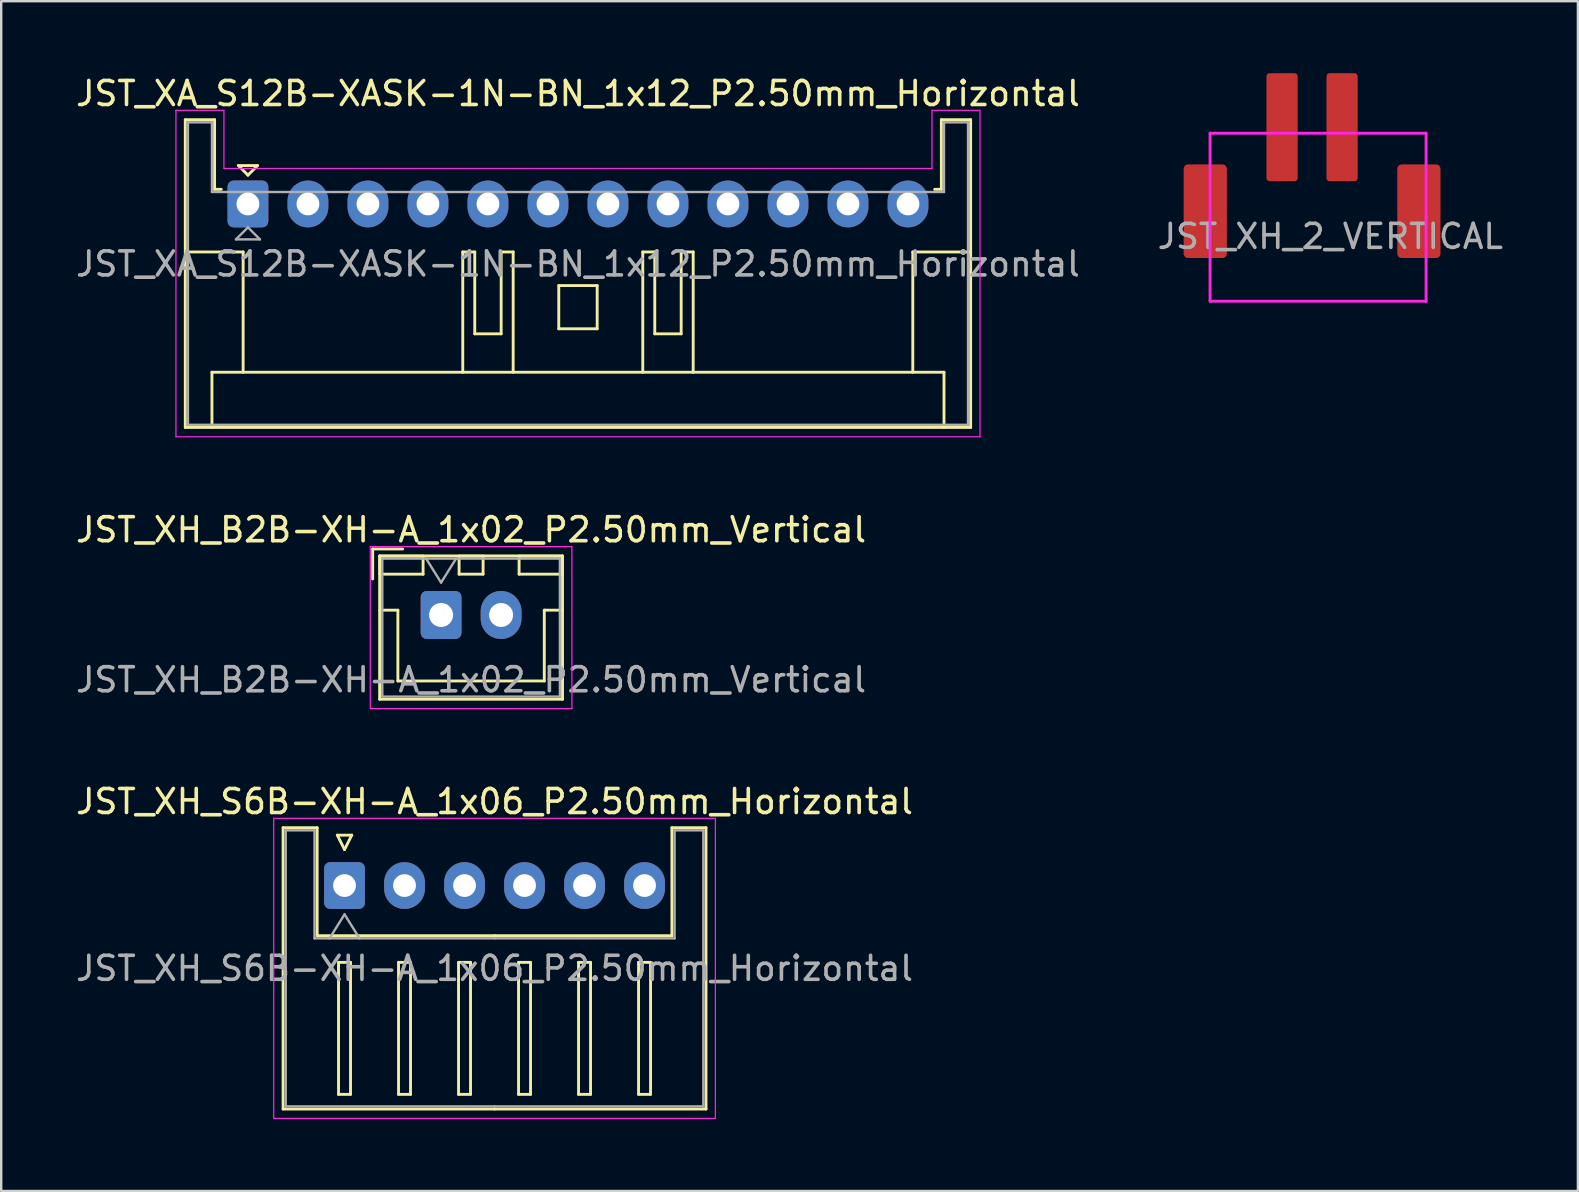
<source format=kicad_pcb>
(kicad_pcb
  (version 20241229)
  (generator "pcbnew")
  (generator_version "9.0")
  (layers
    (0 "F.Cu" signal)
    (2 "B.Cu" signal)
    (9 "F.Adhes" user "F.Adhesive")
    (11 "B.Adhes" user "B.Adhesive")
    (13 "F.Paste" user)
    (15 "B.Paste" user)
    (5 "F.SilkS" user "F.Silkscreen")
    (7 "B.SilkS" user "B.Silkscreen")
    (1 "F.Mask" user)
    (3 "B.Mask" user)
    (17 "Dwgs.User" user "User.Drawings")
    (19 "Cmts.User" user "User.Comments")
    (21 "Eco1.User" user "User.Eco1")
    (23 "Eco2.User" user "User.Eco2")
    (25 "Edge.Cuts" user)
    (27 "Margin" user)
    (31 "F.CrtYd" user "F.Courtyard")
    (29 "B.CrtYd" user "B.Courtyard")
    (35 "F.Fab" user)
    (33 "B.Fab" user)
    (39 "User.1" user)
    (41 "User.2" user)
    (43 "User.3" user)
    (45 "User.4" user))
  (footprint "JST_XA_S12B-XASK-1N-BN_1x12_P2.50mm_Horizontal"
    (layer "F.Cu")
    (at 7.28 5.448)
    (property "Reference" "JST_XA_S12B-XASK-1N-BN_1x12_P2.50mm_Horizontal" (at 13.75 -4.6 0) (layer "F.SilkS") (effects (font (size 1 1) (thickness 0.15))))
    (attr through_hole)
    (fp_line (start -2.61 -3.51) (end -2.61 9.31) (stroke (width 0.12) (type solid)) (layer "F.SilkS"))
    (fp_line (start -2.61 9.31) (end 30.11 9.31) (stroke (width 0.12) (type solid)) (layer "F.SilkS"))
    (fp_line (start -1.5 7.01) (end 29 7.01) (stroke (width 0.12) (type solid)) (layer "F.SilkS"))
    (fp_line (start -1.5 9.31) (end -1.5 7.01) (stroke (width 0.12) (type solid)) (layer "F.SilkS"))
    (fp_line (start -1.39 -3.51) (end -2.61 -3.51) (stroke (width 0.12) (type solid)) (layer "F.SilkS"))
    (fp_line (start -1.39 -0.61) (end -1.39 -3.51) (stroke (width 0.12) (type solid)) (layer "F.SilkS"))
    (fp_line (start -1.11 -0.61) (end -1.39 -0.61) (stroke (width 0.12) (type solid)) (layer "F.SilkS"))
    (fp_line (start -0.4 -1.6) (end 0.4 -1.6) (stroke (width 0.12) (type solid)) (layer "F.SilkS"))
    (fp_line (start -0.2 2) (end -2.61 2) (stroke (width 0.12) (type solid)) (layer "F.SilkS"))
    (fp_line (start -0.2 7.01) (end -0.2 2) (stroke (width 0.12) (type solid)) (layer "F.SilkS"))
    (fp_line (start 0 -1.2) (end -0.4 -1.6) (stroke (width 0.12) (type solid)) (layer "F.SilkS"))
    (fp_line (start 0.4 -1.6) (end 0 -1.2) (stroke (width 0.12) (type solid)) (layer "F.SilkS"))
    (fp_line (start 8.95 2) (end 8.95 7.01) (stroke (width 0.12) (type solid)) (layer "F.SilkS"))
    (fp_line (start 9.45 2) (end 8.95 2) (stroke (width 0.12) (type solid)) (layer "F.SilkS"))
    (fp_line (start 9.45 5.41) (end 9.45 2) (stroke (width 0.12) (type solid)) (layer "F.SilkS"))
    (fp_line (start 10.55 2) (end 10.55 5.41) (stroke (width 0.12) (type solid)) (layer "F.SilkS"))
    (fp_line (start 10.55 5.41) (end 9.45 5.41) (stroke (width 0.12) (type solid)) (layer "F.SilkS"))
    (fp_line (start 11.05 2) (end 10.55 2) (stroke (width 0.12) (type solid)) (layer "F.SilkS"))
    (fp_line (start 11.05 7.01) (end 11.05 2) (stroke (width 0.12) (type solid)) (layer "F.SilkS"))
    (fp_line (start 12.95 3.4) (end 14.55 3.4) (stroke (width 0.12) (type solid)) (layer "F.SilkS"))
    (fp_line (start 12.95 5.2) (end 12.95 3.4) (stroke (width 0.12) (type solid)) (layer "F.SilkS"))
    (fp_line (start 14.55 3.4) (end 14.55 5.2) (stroke (width 0.12) (type solid)) (layer "F.SilkS"))
    (fp_line (start 14.55 5.2) (end 12.95 5.2) (stroke (width 0.12) (type solid)) (layer "F.SilkS"))
    (fp_line (start 16.45 2) (end 16.95 2) (stroke (width 0.12) (type solid)) (layer "F.SilkS"))
    (fp_line (start 16.45 7.01) (end 16.45 2) (stroke (width 0.12) (type solid)) (layer "F.SilkS"))
    (fp_line (start 16.95 2) (end 16.95 5.41) (stroke (width 0.12) (type solid)) (layer "F.SilkS"))
    (fp_line (start 16.95 5.41) (end 18.05 5.41) (stroke (width 0.12) (type solid)) (layer "F.SilkS"))
    (fp_line (start 18.05 2) (end 18.55 2) (stroke (width 0.12) (type solid)) (layer "F.SilkS"))
    (fp_line (start 18.05 5.41) (end 18.05 2) (stroke (width 0.12) (type solid)) (layer "F.SilkS"))
    (fp_line (start 18.55 2) (end 18.55 7.01) (stroke (width 0.12) (type solid)) (layer "F.SilkS"))
    (fp_line (start 27.7 2) (end 30.11 2) (stroke (width 0.12) (type solid)) (layer "F.SilkS"))
    (fp_line (start 27.7 7.01) (end 27.7 2) (stroke (width 0.12) (type solid)) (layer "F.SilkS"))
    (fp_line (start 28.89 -3.51) (end 28.89 -0.61) (stroke (width 0.12) (type solid)) (layer "F.SilkS"))
    (fp_line (start 28.89 -0.61) (end 28.61 -0.61) (stroke (width 0.12) (type solid)) (layer "F.SilkS"))
    (fp_line (start 29 7.01) (end 29 9.31) (stroke (width 0.12) (type solid)) (layer "F.SilkS"))
    (fp_line (start 30.11 -3.51) (end 28.89 -3.51) (stroke (width 0.12) (type solid)) (layer "F.SilkS"))
    (fp_line (start 30.11 9.31) (end 30.11 -3.51) (stroke (width 0.12) (type solid)) (layer "F.SilkS"))
    (fp_line (start -3 -3.9) (end -3 9.7) (stroke (width 0.05) (type solid)) (layer "F.CrtYd"))
    (fp_line (start -3 9.7) (end 30.5 9.7) (stroke (width 0.05) (type solid)) (layer "F.CrtYd"))
    (fp_line (start -1 -3.9) (end -3 -3.9) (stroke (width 0.05) (type solid)) (layer "F.CrtYd"))
    (fp_line (start -1 -1.48) (end -1 -3.9) (stroke (width 0.05) (type solid)) (layer "F.CrtYd"))
    (fp_line (start 28.5 -3.9) (end 28.5 -1.48) (stroke (width 0.05) (type solid)) (layer "F.CrtYd"))
    (fp_line (start 28.5 -1.48) (end -1 -1.48) (stroke (width 0.05) (type solid)) (layer "F.CrtYd"))
    (fp_line (start 30.5 -3.9) (end 28.5 -3.9) (stroke (width 0.05) (type solid)) (layer "F.CrtYd"))
    (fp_line (start 30.5 9.7) (end 30.5 -3.9) (stroke (width 0.05) (type solid)) (layer "F.CrtYd"))
    (fp_line (start -2.5 -3.4) (end -2.5 9.2) (stroke (width 0.1) (type solid)) (layer "F.Fab"))
    (fp_line (start -2.5 9.2) (end 30 9.2) (stroke (width 0.1) (type solid)) (layer "F.Fab"))
    (fp_line (start -1.5 -3.4) (end -2.5 -3.4) (stroke (width 0.1) (type solid)) (layer "F.Fab"))
    (fp_line (start -1.5 -0.5) (end -1.5 -3.4) (stroke (width 0.1) (type solid)) (layer "F.Fab"))
    (fp_line (start -0.5 1.475) (end 0.5 1.475) (stroke (width 0.1) (type solid)) (layer "F.Fab"))
    (fp_line (start 0 0.975) (end -0.5 1.475) (stroke (width 0.1) (type solid)) (layer "F.Fab"))
    (fp_line (start 0.5 1.475) (end 0 0.975) (stroke (width 0.1) (type solid)) (layer "F.Fab"))
    (fp_line (start 29 -3.4) (end 29 -0.5) (stroke (width 0.1) (type solid)) (layer "F.Fab"))
    (fp_line (start 29 -0.5) (end -1.5 -0.5) (stroke (width 0.1) (type solid)) (layer "F.Fab"))
    (fp_line (start 30 -3.4) (end 29 -3.4) (stroke (width 0.1) (type solid)) (layer "F.Fab"))
    (fp_line (start 30 9.2) (end 30 -3.4) (stroke (width 0.1) (type solid)) (layer "F.Fab"))
    (fp_text user "${REFERENCE}" (at 13.75 2.5 0) (layer "F.Fab") (effects (font (size 1 1) (thickness 0.15))))
    (pad "1" thru_hole roundrect (at 0 0) (size 1.7 1.95) (drill 0.95) (layers "*.Cu" "*.Mask") (roundrect_rratio 0.147))
    (pad "2" thru_hole oval (at 2.5 0) (size 1.7 1.95) (drill 0.95) (layers "*.Cu" "*.Mask"))
    (pad "3" thru_hole oval (at 5 0) (size 1.7 1.95) (drill 0.95) (layers "*.Cu" "*.Mask"))
    (pad "4" thru_hole oval (at 7.5 0) (size 1.7 1.95) (drill 0.95) (layers "*.Cu" "*.Mask"))
    (pad "5" thru_hole oval (at 10 0) (size 1.7 1.95) (drill 0.95) (layers "*.Cu" "*.Mask"))
    (pad "6" thru_hole oval (at 12.5 0) (size 1.7 1.95) (drill 0.95) (layers "*.Cu" "*.Mask"))
    (pad "7" thru_hole oval (at 15 0) (size 1.7 1.95) (drill 0.95) (layers "*.Cu" "*.Mask"))
    (pad "8" thru_hole oval (at 17.5 0) (size 1.7 1.95) (drill 0.95) (layers "*.Cu" "*.Mask"))
    (pad "9" thru_hole oval (at 20 0) (size 1.7 1.95) (drill 0.95) (layers "*.Cu" "*.Mask"))
    (pad "10" thru_hole oval (at 22.5 0) (size 1.7 1.95) (drill 0.95) (layers "*.Cu" "*.Mask"))
    (pad "11" thru_hole oval (at 25 0) (size 1.7 1.95) (drill 0.95) (layers "*.Cu" "*.Mask"))
    (pad "12" thru_hole oval (at 27.5 0) (size 1.7 1.95) (drill 0.95) (layers "*.Cu" "*.Mask")))
  (footprint "JST_XH_2_VERTICAL"
    (layer "F.Cu")
    (at 51.615 7.5)
    (property "Reference" "JST_XH_2_VERTICAL" (at 0.76 -0.7 0) (layer "F.Fab") (effects (font (size 1 1) (thickness 0.15))))
    (attr through_hole)
    (fp_line (start -4.25 -5) (end 4.75 -5) (stroke (width 0.12) (type solid)) (layer "F.CrtYd"))
    (fp_line (start -4.25 2) (end -4.25 -5) (stroke (width 0.12) (type solid)) (layer "F.CrtYd"))
    (fp_line (start 4.75 2) (end -4.25 2) (stroke (width 0.12) (type solid)) (layer "F.CrtYd"))
    (fp_line (start 4.75 2) (end 4.75 -5) (stroke (width 0.12) (type solid)) (layer "F.CrtYd"))
    (pad "1" smd roundrect (at 1.25 -5.25) (size 1.3 4.5) (layers "F.Cu" "F.Mask" "F.Paste") (roundrect_rratio 0.1))
    (pad "2" smd roundrect (at -1.25 -5.25) (size 1.3 4.5) (layers "F.Cu" "F.Mask" "F.Paste") (roundrect_rratio 0.1))
    (pad "MP" smd roundrect (at -4.45 -1.75) (size 1.8 3.9) (layers "F.Cu" "F.Mask" "F.Paste") (roundrect_rratio 0.1))
    (pad "MP" smd roundrect (at 4.45 -1.75) (size 1.8 3.9) (layers "F.Cu" "F.Mask" "F.Paste") (roundrect_rratio 0.1)))
  (footprint "JST_XH_S6B-XH-A_1x06_P2.50mm_Horizontal"
    (layer "F.Cu")
    (at 11.304 33.845)
    (property "Reference" "JST_XH_S6B-XH-A_1x06_P2.50mm_Horizontal" (at 6.25 -3.5 0) (layer "F.SilkS") (effects (font (size 1 1) (thickness 0.15))))
    (attr through_hole)
    (fp_line (start -2.56 -2.41) (end -1.14 -2.41) (stroke (width 0.12) (type solid)) (layer "F.SilkS"))
    (fp_line (start -2.56 9.31) (end -2.56 -2.41) (stroke (width 0.12) (type solid)) (layer "F.SilkS"))
    (fp_line (start -1.14 -2.41) (end -1.14 2.09) (stroke (width 0.12) (type solid)) (layer "F.SilkS"))
    (fp_line (start -1.14 2.09) (end 6.25 2.09) (stroke (width 0.12) (type solid)) (layer "F.SilkS"))
    (fp_line (start -0.3 -2.1) (end 0.3 -2.1) (stroke (width 0.12) (type solid)) (layer "F.SilkS"))
    (fp_line (start -0.25 3.2) (end -0.25 8.7) (stroke (width 0.12) (type solid)) (layer "F.SilkS"))
    (fp_line (start -0.25 8.7) (end 0.25 8.7) (stroke (width 0.12) (type solid)) (layer "F.SilkS"))
    (fp_line (start 0 -1.5) (end -0.3 -2.1) (stroke (width 0.12) (type solid)) (layer "F.SilkS"))
    (fp_line (start 0.25 3.2) (end -0.25 3.2) (stroke (width 0.12) (type solid)) (layer "F.SilkS"))
    (fp_line (start 0.25 8.7) (end 0.25 3.2) (stroke (width 0.12) (type solid)) (layer "F.SilkS"))
    (fp_line (start 0.3 -2.1) (end 0 -1.5) (stroke (width 0.12) (type solid)) (layer "F.SilkS"))
    (fp_line (start 2.25 3.2) (end 2.25 8.7) (stroke (width 0.12) (type solid)) (layer "F.SilkS"))
    (fp_line (start 2.25 8.7) (end 2.75 8.7) (stroke (width 0.12) (type solid)) (layer "F.SilkS"))
    (fp_line (start 2.75 3.2) (end 2.25 3.2) (stroke (width 0.12) (type solid)) (layer "F.SilkS"))
    (fp_line (start 2.75 8.7) (end 2.75 3.2) (stroke (width 0.12) (type solid)) (layer "F.SilkS"))
    (fp_line (start 4.75 3.2) (end 4.75 8.7) (stroke (width 0.12) (type solid)) (layer "F.SilkS"))
    (fp_line (start 4.75 8.7) (end 5.25 8.7) (stroke (width 0.12) (type solid)) (layer "F.SilkS"))
    (fp_line (start 5.25 3.2) (end 4.75 3.2) (stroke (width 0.12) (type solid)) (layer "F.SilkS"))
    (fp_line (start 5.25 8.7) (end 5.25 3.2) (stroke (width 0.12) (type solid)) (layer "F.SilkS"))
    (fp_line (start 6.25 9.31) (end -2.56 9.31) (stroke (width 0.12) (type solid)) (layer "F.SilkS"))
    (fp_line (start 6.25 9.31) (end 15.06 9.31) (stroke (width 0.12) (type solid)) (layer "F.SilkS"))
    (fp_line (start 7.25 3.2) (end 7.25 8.7) (stroke (width 0.12) (type solid)) (layer "F.SilkS"))
    (fp_line (start 7.25 8.7) (end 7.75 8.7) (stroke (width 0.12) (type solid)) (layer "F.SilkS"))
    (fp_line (start 7.75 3.2) (end 7.25 3.2) (stroke (width 0.12) (type solid)) (layer "F.SilkS"))
    (fp_line (start 7.75 8.7) (end 7.75 3.2) (stroke (width 0.12) (type solid)) (layer "F.SilkS"))
    (fp_line (start 9.75 3.2) (end 9.75 8.7) (stroke (width 0.12) (type solid)) (layer "F.SilkS"))
    (fp_line (start 9.75 8.7) (end 10.25 8.7) (stroke (width 0.12) (type solid)) (layer "F.SilkS"))
    (fp_line (start 10.25 3.2) (end 9.75 3.2) (stroke (width 0.12) (type solid)) (layer "F.SilkS"))
    (fp_line (start 10.25 8.7) (end 10.25 3.2) (stroke (width 0.12) (type solid)) (layer "F.SilkS"))
    (fp_line (start 12.25 3.2) (end 12.25 8.7) (stroke (width 0.12) (type solid)) (layer "F.SilkS"))
    (fp_line (start 12.25 8.7) (end 12.75 8.7) (stroke (width 0.12) (type solid)) (layer "F.SilkS"))
    (fp_line (start 12.75 3.2) (end 12.25 3.2) (stroke (width 0.12) (type solid)) (layer "F.SilkS"))
    (fp_line (start 12.75 8.7) (end 12.75 3.2) (stroke (width 0.12) (type solid)) (layer "F.SilkS"))
    (fp_line (start 13.64 -2.41) (end 13.64 2.09) (stroke (width 0.12) (type solid)) (layer "F.SilkS"))
    (fp_line (start 13.64 2.09) (end 6.25 2.09) (stroke (width 0.12) (type solid)) (layer "F.SilkS"))
    (fp_line (start 15.06 -2.41) (end 13.64 -2.41) (stroke (width 0.12) (type solid)) (layer "F.SilkS"))
    (fp_line (start 15.06 9.31) (end 15.06 -2.41) (stroke (width 0.12) (type solid)) (layer "F.SilkS"))
    (fp_line (start -2.95 -2.8) (end -2.95 9.7) (stroke (width 0.05) (type solid)) (layer "F.CrtYd"))
    (fp_line (start -2.95 9.7) (end 15.45 9.7) (stroke (width 0.05) (type solid)) (layer "F.CrtYd"))
    (fp_line (start 15.45 -2.8) (end -2.95 -2.8) (stroke (width 0.05) (type solid)) (layer "F.CrtYd"))
    (fp_line (start 15.45 9.7) (end 15.45 -2.8) (stroke (width 0.05) (type solid)) (layer "F.CrtYd"))
    (fp_line (start -2.45 -2.3) (end -1.25 -2.3) (stroke (width 0.1) (type solid)) (layer "F.Fab"))
    (fp_line (start -2.45 9.2) (end -2.45 -2.3) (stroke (width 0.1) (type solid)) (layer "F.Fab"))
    (fp_line (start -1.25 -2.3) (end -1.25 2.2) (stroke (width 0.1) (type solid)) (layer "F.Fab"))
    (fp_line (start -1.25 2.2) (end 6.25 2.2) (stroke (width 0.1) (type solid)) (layer "F.Fab"))
    (fp_line (start -0.625 2.2) (end 0 1.2) (stroke (width 0.1) (type solid)) (layer "F.Fab"))
    (fp_line (start 0 1.2) (end 0.625 2.2) (stroke (width 0.1) (type solid)) (layer "F.Fab"))
    (fp_line (start 6.25 9.2) (end -2.45 9.2) (stroke (width 0.1) (type solid)) (layer "F.Fab"))
    (fp_line (start 6.25 9.2) (end 14.95 9.2) (stroke (width 0.1) (type solid)) (layer "F.Fab"))
    (fp_line (start 13.75 -2.3) (end 13.75 2.2) (stroke (width 0.1) (type solid)) (layer "F.Fab"))
    (fp_line (start 13.75 2.2) (end 6.25 2.2) (stroke (width 0.1) (type solid)) (layer "F.Fab"))
    (fp_line (start 14.95 -2.3) (end 13.75 -2.3) (stroke (width 0.1) (type solid)) (layer "F.Fab"))
    (fp_line (start 14.95 9.2) (end 14.95 -2.3) (stroke (width 0.1) (type solid)) (layer "F.Fab"))
    (fp_text user "${REFERENCE}" (at 6.25 3.45 0) (layer "F.Fab") (effects (font (size 1 1) (thickness 0.15))))
    (pad "1" thru_hole roundrect (at 0 0) (size 1.7 1.95) (drill 0.95) (layers "*.Cu" "*.Mask") (roundrect_rratio 0.147))
    (pad "2" thru_hole oval (at 2.5 0) (size 1.7 1.95) (drill 0.95) (layers "*.Cu" "*.Mask"))
    (pad "3" thru_hole oval (at 5 0) (size 1.7 1.95) (drill 0.95) (layers "*.Cu" "*.Mask"))
    (pad "4" thru_hole oval (at 7.5 0) (size 1.7 1.95) (drill 0.95) (layers "*.Cu" "*.Mask"))
    (pad "5" thru_hole oval (at 10 0) (size 1.7 1.95) (drill 0.95) (layers "*.Cu" "*.Mask"))
    (pad "6" thru_hole oval (at 12.5 0) (size 1.7 1.95) (drill 0.95) (layers "*.Cu" "*.Mask")))
  (footprint "JST_XH_B2B-XH-A_1x02_P2.50mm_Vertical"
    (layer "F.Cu")
    (at 15.327 22.572)
    (property "Reference" "JST_XH_B2B-XH-A_1x02_P2.50mm_Vertical" (at 1.25 -3.55 0) (layer "F.SilkS") (effects (font (size 1 1) (thickness 0.15))))
    (attr through_hole)
    (fp_line (start -2.85 -2.75) (end -2.85 -1.5) (stroke (width 0.12) (type solid)) (layer "F.SilkS"))
    (fp_line (start -2.56 -2.46) (end -2.56 3.51) (stroke (width 0.12) (type solid)) (layer "F.SilkS"))
    (fp_line (start -2.56 3.51) (end 5.06 3.51) (stroke (width 0.12) (type solid)) (layer "F.SilkS"))
    (fp_line (start -2.55 -2.45) (end -2.55 -1.7) (stroke (width 0.12) (type solid)) (layer "F.SilkS"))
    (fp_line (start -2.55 -1.7) (end -0.75 -1.7) (stroke (width 0.12) (type solid)) (layer "F.SilkS"))
    (fp_line (start -2.55 -0.2) (end -1.8 -0.2) (stroke (width 0.12) (type solid)) (layer "F.SilkS"))
    (fp_line (start -1.8 -0.2) (end -1.8 2.75) (stroke (width 0.12) (type solid)) (layer "F.SilkS"))
    (fp_line (start -1.8 2.75) (end 1.25 2.75) (stroke (width 0.12) (type solid)) (layer "F.SilkS"))
    (fp_line (start -1.6 -2.75) (end -2.85 -2.75) (stroke (width 0.12) (type solid)) (layer "F.SilkS"))
    (fp_line (start -0.75 -2.45) (end -2.55 -2.45) (stroke (width 0.12) (type solid)) (layer "F.SilkS"))
    (fp_line (start -0.75 -1.7) (end -0.75 -2.45) (stroke (width 0.12) (type solid)) (layer "F.SilkS"))
    (fp_line (start 0.75 -2.45) (end 0.75 -1.7) (stroke (width 0.12) (type solid)) (layer "F.SilkS"))
    (fp_line (start 0.75 -1.7) (end 1.75 -1.7) (stroke (width 0.12) (type solid)) (layer "F.SilkS"))
    (fp_line (start 1.75 -2.45) (end 0.75 -2.45) (stroke (width 0.12) (type solid)) (layer "F.SilkS"))
    (fp_line (start 1.75 -1.7) (end 1.75 -2.45) (stroke (width 0.12) (type solid)) (layer "F.SilkS"))
    (fp_line (start 3.25 -2.45) (end 3.25 -1.7) (stroke (width 0.12) (type solid)) (layer "F.SilkS"))
    (fp_line (start 3.25 -1.7) (end 5.05 -1.7) (stroke (width 0.12) (type solid)) (layer "F.SilkS"))
    (fp_line (start 4.3 -0.2) (end 4.3 2.75) (stroke (width 0.12) (type solid)) (layer "F.SilkS"))
    (fp_line (start 4.3 2.75) (end 1.25 2.75) (stroke (width 0.12) (type solid)) (layer "F.SilkS"))
    (fp_line (start 5.05 -2.45) (end 3.25 -2.45) (stroke (width 0.12) (type solid)) (layer "F.SilkS"))
    (fp_line (start 5.05 -1.7) (end 5.05 -2.45) (stroke (width 0.12) (type solid)) (layer "F.SilkS"))
    (fp_line (start 5.05 -0.2) (end 4.3 -0.2) (stroke (width 0.12) (type solid)) (layer "F.SilkS"))
    (fp_line (start 5.06 -2.46) (end -2.56 -2.46) (stroke (width 0.12) (type solid)) (layer "F.SilkS"))
    (fp_line (start 5.06 3.51) (end 5.06 -2.46) (stroke (width 0.12) (type solid)) (layer "F.SilkS"))
    (fp_line (start -2.95 -2.85) (end -2.95 3.9) (stroke (width 0.05) (type solid)) (layer "F.CrtYd"))
    (fp_line (start -2.95 3.9) (end 5.45 3.9) (stroke (width 0.05) (type solid)) (layer "F.CrtYd"))
    (fp_line (start 5.45 -2.85) (end -2.95 -2.85) (stroke (width 0.05) (type solid)) (layer "F.CrtYd"))
    (fp_line (start 5.45 3.9) (end 5.45 -2.85) (stroke (width 0.05) (type solid)) (layer "F.CrtYd"))
    (fp_line (start -2.45 -2.35) (end -2.45 3.4) (stroke (width 0.1) (type solid)) (layer "F.Fab"))
    (fp_line (start -2.45 3.4) (end 4.95 3.4) (stroke (width 0.1) (type solid)) (layer "F.Fab"))
    (fp_line (start -0.625 -2.35) (end 0 -1.35) (stroke (width 0.1) (type solid)) (layer "F.Fab"))
    (fp_line (start 0 -1.35) (end 0.625 -2.35) (stroke (width 0.1) (type solid)) (layer "F.Fab"))
    (fp_line (start 4.95 -2.35) (end -2.45 -2.35) (stroke (width 0.1) (type solid)) (layer "F.Fab"))
    (fp_line (start 4.95 3.4) (end 4.95 -2.35) (stroke (width 0.1) (type solid)) (layer "F.Fab"))
    (fp_text user "${REFERENCE}" (at 1.25 2.7 0) (layer "F.Fab") (effects (font (size 1 1) (thickness 0.15))))
    (pad "1" thru_hole roundrect (at 0 0) (size 1.7 2) (drill 1) (layers "*.Cu" "*.Mask") (roundrect_rratio 0.147))
    (pad "2" thru_hole oval (at 2.5 0) (size 1.7 2) (drill 1) (layers "*.Cu" "*.Mask")))
  (gr_rect
    (start -3 -3)
    (end 62.69 46.57)
    (stroke (width 0.1) (type default))
    (fill no)
    (layer "Edge.Cuts")))
</source>
